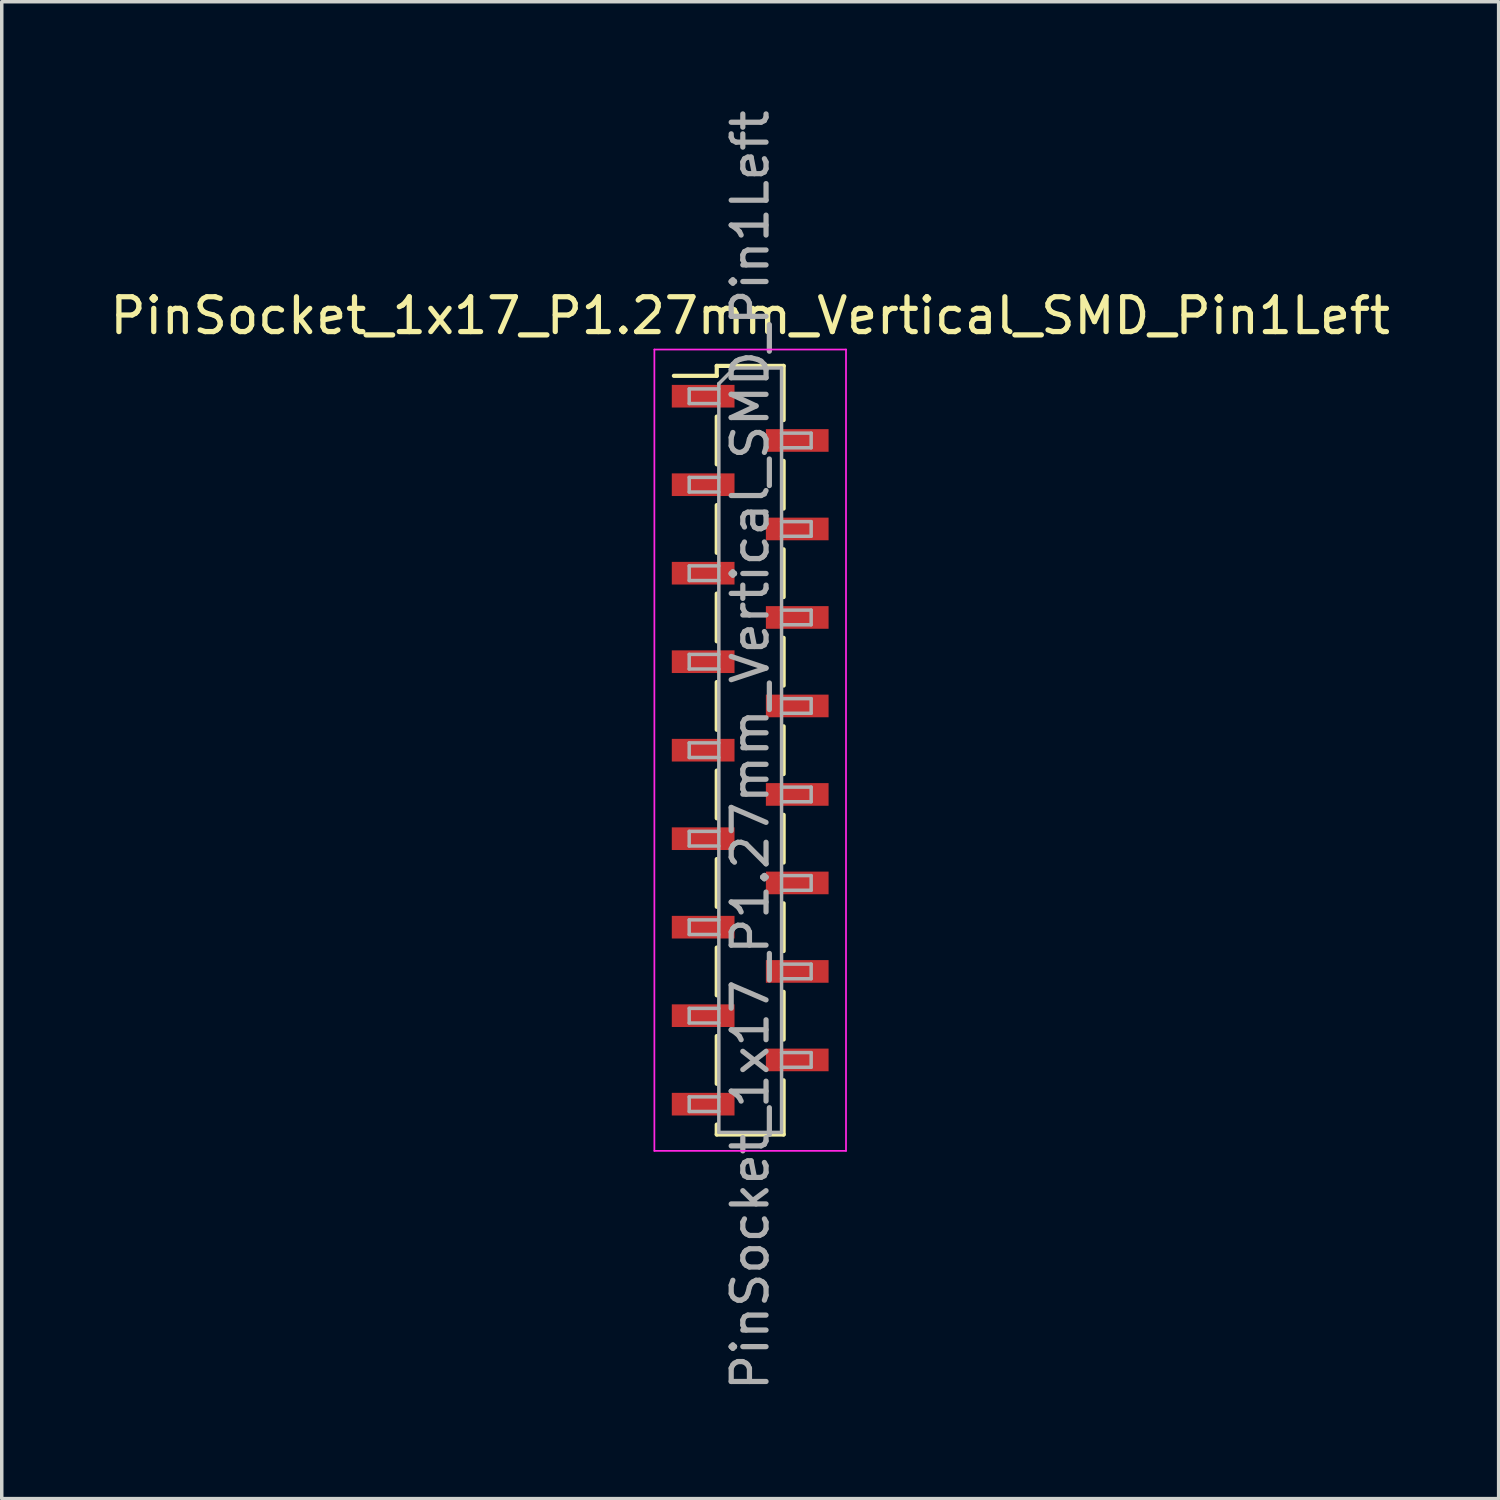
<source format=kicad_pcb>
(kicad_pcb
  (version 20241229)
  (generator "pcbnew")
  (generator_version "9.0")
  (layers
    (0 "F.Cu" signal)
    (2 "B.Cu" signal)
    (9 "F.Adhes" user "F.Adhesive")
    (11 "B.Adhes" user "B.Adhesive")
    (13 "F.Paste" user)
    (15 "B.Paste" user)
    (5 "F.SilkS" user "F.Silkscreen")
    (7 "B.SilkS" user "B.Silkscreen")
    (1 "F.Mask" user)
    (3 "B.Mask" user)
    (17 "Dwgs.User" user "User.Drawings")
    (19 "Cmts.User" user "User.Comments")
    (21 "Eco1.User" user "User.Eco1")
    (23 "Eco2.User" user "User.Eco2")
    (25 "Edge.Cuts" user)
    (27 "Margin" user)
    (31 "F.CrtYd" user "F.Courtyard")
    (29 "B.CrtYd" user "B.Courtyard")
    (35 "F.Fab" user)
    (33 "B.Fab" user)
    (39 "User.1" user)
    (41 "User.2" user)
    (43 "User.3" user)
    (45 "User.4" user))
  (footprint "PinSocket_1x17_P1.27mm_Vertical_SMD_Pin1Left"
    (layer "F.Cu")
    (at 18.482 18.482)
    (property "Reference" "PinSocket_1x17_P1.27mm_Vertical_SMD_Pin1Left" (at 0 -12.47 0) (layer "F.SilkS") (effects (font (size 1 1) (thickness 0.15))))
    (attr smd)
    (fp_line (start -2.19 -10.745) (end -0.96 -10.745) (stroke (width 0.12) (type solid)) (layer "F.SilkS"))
    (fp_line (start -0.96 -11.03) (end -0.96 -10.745) (stroke (width 0.12) (type solid)) (layer "F.SilkS"))
    (fp_line (start -0.96 -11.03) (end 0.96 -11.03) (stroke (width 0.12) (type solid)) (layer "F.SilkS"))
    (fp_line (start -0.96 -9.575) (end -0.96 -8.205) (stroke (width 0.12) (type solid)) (layer "F.SilkS"))
    (fp_line (start -0.96 -7.035) (end -0.96 -5.665) (stroke (width 0.12) (type solid)) (layer "F.SilkS"))
    (fp_line (start -0.96 -4.495) (end -0.96 -3.125) (stroke (width 0.12) (type solid)) (layer "F.SilkS"))
    (fp_line (start -0.96 -1.955) (end -0.96 -0.585) (stroke (width 0.12) (type solid)) (layer "F.SilkS"))
    (fp_line (start -0.96 0.585) (end -0.96 1.955) (stroke (width 0.12) (type solid)) (layer "F.SilkS"))
    (fp_line (start -0.96 3.125) (end -0.96 4.495) (stroke (width 0.12) (type solid)) (layer "F.SilkS"))
    (fp_line (start -0.96 5.665) (end -0.96 7.035) (stroke (width 0.12) (type solid)) (layer "F.SilkS"))
    (fp_line (start -0.96 8.205) (end -0.96 9.575) (stroke (width 0.12) (type solid)) (layer "F.SilkS"))
    (fp_line (start -0.96 10.745) (end -0.96 11.03) (stroke (width 0.12) (type solid)) (layer "F.SilkS"))
    (fp_line (start -0.96 11.03) (end 0.96 11.03) (stroke (width 0.12) (type solid)) (layer "F.SilkS"))
    (fp_line (start 0.96 -11.03) (end 0.96 -9.475) (stroke (width 0.12) (type solid)) (layer "F.SilkS"))
    (fp_line (start 0.96 -8.305) (end 0.96 -6.935) (stroke (width 0.12) (type solid)) (layer "F.SilkS"))
    (fp_line (start 0.96 -5.765) (end 0.96 -4.395) (stroke (width 0.12) (type solid)) (layer "F.SilkS"))
    (fp_line (start 0.96 -3.225) (end 0.96 -1.855) (stroke (width 0.12) (type solid)) (layer "F.SilkS"))
    (fp_line (start 0.96 -0.685) (end 0.96 0.685) (stroke (width 0.12) (type solid)) (layer "F.SilkS"))
    (fp_line (start 0.96 1.855) (end 0.96 3.225) (stroke (width 0.12) (type solid)) (layer "F.SilkS"))
    (fp_line (start 0.96 4.395) (end 0.96 5.765) (stroke (width 0.12) (type solid)) (layer "F.SilkS"))
    (fp_line (start 0.96 6.935) (end 0.96 8.305) (stroke (width 0.12) (type solid)) (layer "F.SilkS"))
    (fp_line (start 0.96 9.475) (end 0.96 11.03) (stroke (width 0.12) (type solid)) (layer "F.SilkS"))
    (fp_line (start -2.75 -11.5) (end 2.75 -11.5) (stroke (width 0.05) (type solid)) (layer "F.CrtYd"))
    (fp_line (start -2.75 11.5) (end -2.75 -11.5) (stroke (width 0.05) (type solid)) (layer "F.CrtYd"))
    (fp_line (start 2.75 -11.5) (end 2.75 11.5) (stroke (width 0.05) (type solid)) (layer "F.CrtYd"))
    (fp_line (start 2.75 11.5) (end -2.75 11.5) (stroke (width 0.05) (type solid)) (layer "F.CrtYd"))
    (fp_line (start -1.75 -10.37) (end -0.9 -10.37) (stroke (width 0.1) (type solid)) (layer "F.Fab"))
    (fp_line (start -1.75 -9.95) (end -1.75 -10.37) (stroke (width 0.1) (type solid)) (layer "F.Fab"))
    (fp_line (start -1.75 -7.83) (end -0.9 -7.83) (stroke (width 0.1) (type solid)) (layer "F.Fab"))
    (fp_line (start -1.75 -7.41) (end -1.75 -7.83) (stroke (width 0.1) (type solid)) (layer "F.Fab"))
    (fp_line (start -1.75 -5.29) (end -0.9 -5.29) (stroke (width 0.1) (type solid)) (layer "F.Fab"))
    (fp_line (start -1.75 -4.87) (end -1.75 -5.29) (stroke (width 0.1) (type solid)) (layer "F.Fab"))
    (fp_line (start -1.75 -2.75) (end -0.9 -2.75) (stroke (width 0.1) (type solid)) (layer "F.Fab"))
    (fp_line (start -1.75 -2.33) (end -1.75 -2.75) (stroke (width 0.1) (type solid)) (layer "F.Fab"))
    (fp_line (start -1.75 -0.21) (end -0.9 -0.21) (stroke (width 0.1) (type solid)) (layer "F.Fab"))
    (fp_line (start -1.75 0.21) (end -1.75 -0.21) (stroke (width 0.1) (type solid)) (layer "F.Fab"))
    (fp_line (start -1.75 2.33) (end -0.9 2.33) (stroke (width 0.1) (type solid)) (layer "F.Fab"))
    (fp_line (start -1.75 2.75) (end -1.75 2.33) (stroke (width 0.1) (type solid)) (layer "F.Fab"))
    (fp_line (start -1.75 4.87) (end -0.9 4.87) (stroke (width 0.1) (type solid)) (layer "F.Fab"))
    (fp_line (start -1.75 5.29) (end -1.75 4.87) (stroke (width 0.1) (type solid)) (layer "F.Fab"))
    (fp_line (start -1.75 7.41) (end -0.9 7.41) (stroke (width 0.1) (type solid)) (layer "F.Fab"))
    (fp_line (start -1.75 7.83) (end -1.75 7.41) (stroke (width 0.1) (type solid)) (layer "F.Fab"))
    (fp_line (start -1.75 9.95) (end -0.9 9.95) (stroke (width 0.1) (type solid)) (layer "F.Fab"))
    (fp_line (start -1.75 10.37) (end -1.75 9.95) (stroke (width 0.1) (type solid)) (layer "F.Fab"))
    (fp_line (start -0.9 -10.52) (end -0.45 -10.97) (stroke (width 0.1) (type solid)) (layer "F.Fab"))
    (fp_line (start -0.9 -9.95) (end -1.75 -9.95) (stroke (width 0.1) (type solid)) (layer "F.Fab"))
    (fp_line (start -0.9 -7.41) (end -1.75 -7.41) (stroke (width 0.1) (type solid)) (layer "F.Fab"))
    (fp_line (start -0.9 -4.87) (end -1.75 -4.87) (stroke (width 0.1) (type solid)) (layer "F.Fab"))
    (fp_line (start -0.9 -2.33) (end -1.75 -2.33) (stroke (width 0.1) (type solid)) (layer "F.Fab"))
    (fp_line (start -0.9 0.21) (end -1.75 0.21) (stroke (width 0.1) (type solid)) (layer "F.Fab"))
    (fp_line (start -0.9 2.75) (end -1.75 2.75) (stroke (width 0.1) (type solid)) (layer "F.Fab"))
    (fp_line (start -0.9 5.29) (end -1.75 5.29) (stroke (width 0.1) (type solid)) (layer "F.Fab"))
    (fp_line (start -0.9 7.83) (end -1.75 7.83) (stroke (width 0.1) (type solid)) (layer "F.Fab"))
    (fp_line (start -0.9 10.37) (end -1.75 10.37) (stroke (width 0.1) (type solid)) (layer "F.Fab"))
    (fp_line (start -0.9 10.97) (end -0.9 -10.52) (stroke (width 0.1) (type solid)) (layer "F.Fab"))
    (fp_line (start -0.45 -10.97) (end 0.9 -10.97) (stroke (width 0.1) (type solid)) (layer "F.Fab"))
    (fp_line (start 0.9 -10.97) (end 0.9 10.97) (stroke (width 0.1) (type solid)) (layer "F.Fab"))
    (fp_line (start 0.9 -9.1) (end 1.75 -9.1) (stroke (width 0.1) (type solid)) (layer "F.Fab"))
    (fp_line (start 0.9 -6.56) (end 1.75 -6.56) (stroke (width 0.1) (type solid)) (layer "F.Fab"))
    (fp_line (start 0.9 -4.02) (end 1.75 -4.02) (stroke (width 0.1) (type solid)) (layer "F.Fab"))
    (fp_line (start 0.9 -1.48) (end 1.75 -1.48) (stroke (width 0.1) (type solid)) (layer "F.Fab"))
    (fp_line (start 0.9 1.06) (end 1.75 1.06) (stroke (width 0.1) (type solid)) (layer "F.Fab"))
    (fp_line (start 0.9 3.6) (end 1.75 3.6) (stroke (width 0.1) (type solid)) (layer "F.Fab"))
    (fp_line (start 0.9 6.14) (end 1.75 6.14) (stroke (width 0.1) (type solid)) (layer "F.Fab"))
    (fp_line (start 0.9 8.68) (end 1.75 8.68) (stroke (width 0.1) (type solid)) (layer "F.Fab"))
    (fp_line (start 0.9 10.97) (end -0.9 10.97) (stroke (width 0.1) (type solid)) (layer "F.Fab"))
    (fp_line (start 1.75 -9.1) (end 1.75 -8.68) (stroke (width 0.1) (type solid)) (layer "F.Fab"))
    (fp_line (start 1.75 -8.68) (end 0.9 -8.68) (stroke (width 0.1) (type solid)) (layer "F.Fab"))
    (fp_line (start 1.75 -6.56) (end 1.75 -6.14) (stroke (width 0.1) (type solid)) (layer "F.Fab"))
    (fp_line (start 1.75 -6.14) (end 0.9 -6.14) (stroke (width 0.1) (type solid)) (layer "F.Fab"))
    (fp_line (start 1.75 -4.02) (end 1.75 -3.6) (stroke (width 0.1) (type solid)) (layer "F.Fab"))
    (fp_line (start 1.75 -3.6) (end 0.9 -3.6) (stroke (width 0.1) (type solid)) (layer "F.Fab"))
    (fp_line (start 1.75 -1.48) (end 1.75 -1.06) (stroke (width 0.1) (type solid)) (layer "F.Fab"))
    (fp_line (start 1.75 -1.06) (end 0.9 -1.06) (stroke (width 0.1) (type solid)) (layer "F.Fab"))
    (fp_line (start 1.75 1.06) (end 1.75 1.48) (stroke (width 0.1) (type solid)) (layer "F.Fab"))
    (fp_line (start 1.75 1.48) (end 0.9 1.48) (stroke (width 0.1) (type solid)) (layer "F.Fab"))
    (fp_line (start 1.75 3.6) (end 1.75 4.02) (stroke (width 0.1) (type solid)) (layer "F.Fab"))
    (fp_line (start 1.75 4.02) (end 0.9 4.02) (stroke (width 0.1) (type solid)) (layer "F.Fab"))
    (fp_line (start 1.75 6.14) (end 1.75 6.56) (stroke (width 0.1) (type solid)) (layer "F.Fab"))
    (fp_line (start 1.75 6.56) (end 0.9 6.56) (stroke (width 0.1) (type solid)) (layer "F.Fab"))
    (fp_line (start 1.75 8.68) (end 1.75 9.1) (stroke (width 0.1) (type solid)) (layer "F.Fab"))
    (fp_line (start 1.75 9.1) (end 0.9 9.1) (stroke (width 0.1) (type solid)) (layer "F.Fab"))
    (fp_text user "${REFERENCE}" (at 0 0 90) (layer "F.Fab") (effects (font (size 1 1) (thickness 0.15))))
    (pad "1" smd rect (at -1.35 -10.16) (size 1.8 0.65) (layers "F.Cu" "F.Mask" "F.Paste"))
    (pad "2" smd rect (at 1.35 -8.89) (size 1.8 0.65) (layers "F.Cu" "F.Mask" "F.Paste"))
    (pad "3" smd rect (at -1.35 -7.62) (size 1.8 0.65) (layers "F.Cu" "F.Mask" "F.Paste"))
    (pad "4" smd rect (at 1.35 -6.35) (size 1.8 0.65) (layers "F.Cu" "F.Mask" "F.Paste"))
    (pad "5" smd rect (at -1.35 -5.08) (size 1.8 0.65) (layers "F.Cu" "F.Mask" "F.Paste"))
    (pad "6" smd rect (at 1.35 -3.81) (size 1.8 0.65) (layers "F.Cu" "F.Mask" "F.Paste"))
    (pad "7" smd rect (at -1.35 -2.54) (size 1.8 0.65) (layers "F.Cu" "F.Mask" "F.Paste"))
    (pad "8" smd rect (at 1.35 -1.27) (size 1.8 0.65) (layers "F.Cu" "F.Mask" "F.Paste"))
    (pad "9" smd rect (at -1.35 0) (size 1.8 0.65) (layers "F.Cu" "F.Mask" "F.Paste"))
    (pad "10" smd rect (at 1.35 1.27) (size 1.8 0.65) (layers "F.Cu" "F.Mask" "F.Paste"))
    (pad "11" smd rect (at -1.35 2.54) (size 1.8 0.65) (layers "F.Cu" "F.Mask" "F.Paste"))
    (pad "12" smd rect (at 1.35 3.81) (size 1.8 0.65) (layers "F.Cu" "F.Mask" "F.Paste"))
    (pad "13" smd rect (at -1.35 5.08) (size 1.8 0.65) (layers "F.Cu" "F.Mask" "F.Paste"))
    (pad "14" smd rect (at 1.35 6.35) (size 1.8 0.65) (layers "F.Cu" "F.Mask" "F.Paste"))
    (pad "15" smd rect (at -1.35 7.62) (size 1.8 0.65) (layers "F.Cu" "F.Mask" "F.Paste"))
    (pad "16" smd rect (at 1.35 8.89) (size 1.8 0.65) (layers "F.Cu" "F.Mask" "F.Paste"))
    (pad "17" smd rect (at -1.35 10.16) (size 1.8 0.65) (layers "F.Cu" "F.Mask" "F.Paste")))
  (gr_rect
    (start -3 -3)
    (end 39.964 39.964)
    (stroke (width 0.1) (type default))
    (fill no)
    (layer "Edge.Cuts")))
</source>
